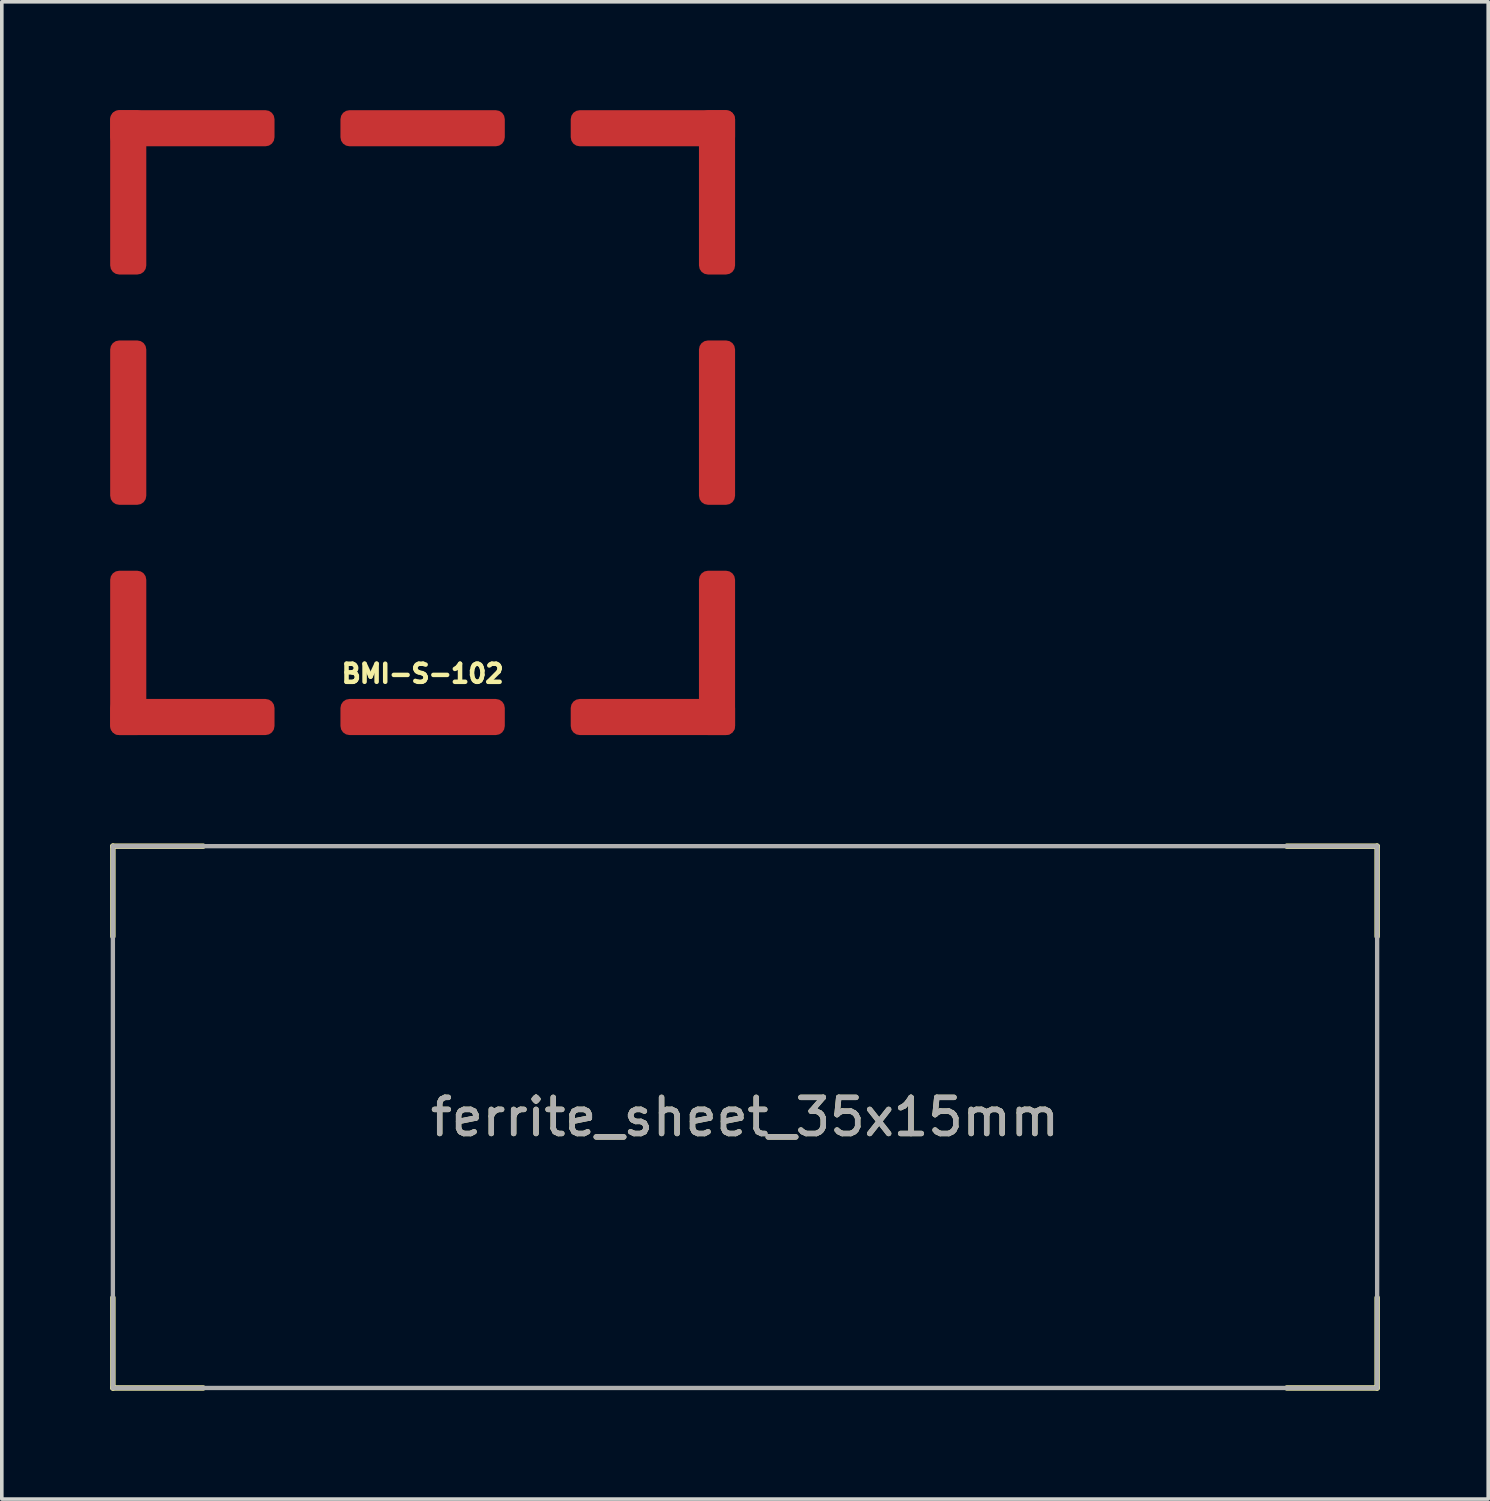
<source format=kicad_pcb>
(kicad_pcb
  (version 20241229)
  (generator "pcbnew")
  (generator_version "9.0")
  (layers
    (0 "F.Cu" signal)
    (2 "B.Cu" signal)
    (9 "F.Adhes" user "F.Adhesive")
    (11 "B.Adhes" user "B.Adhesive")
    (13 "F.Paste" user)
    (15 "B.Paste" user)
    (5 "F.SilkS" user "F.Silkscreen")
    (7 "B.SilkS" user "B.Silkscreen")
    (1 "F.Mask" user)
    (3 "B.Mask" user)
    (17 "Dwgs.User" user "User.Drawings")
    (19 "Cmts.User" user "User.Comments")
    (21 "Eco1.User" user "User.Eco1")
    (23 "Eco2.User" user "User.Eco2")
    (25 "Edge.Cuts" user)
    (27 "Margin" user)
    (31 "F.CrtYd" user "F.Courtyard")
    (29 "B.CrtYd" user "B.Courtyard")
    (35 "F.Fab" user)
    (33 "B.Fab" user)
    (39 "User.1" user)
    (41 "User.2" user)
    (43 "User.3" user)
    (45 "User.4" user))
  (footprint "ferrite_sheet_35x15mm"
    (layer "F.Cu")
    (at 17.575 27.875)
    (property "Reference" "ferrite_sheet_35x15mm" (at 0 0 0) (layer "F.SilkS") (effects (font (size 1 1) (thickness 0.15))))
    (attr through_hole)
    (fp_line (start -17.5 -7.5) (end -17.5 -5) (stroke (width 0.15) (type solid)) (layer "F.SilkS"))
    (fp_line (start -17.5 5) (end -17.5 7.5) (stroke (width 0.15) (type solid)) (layer "F.SilkS"))
    (fp_line (start -17.5 7.5) (end -15 7.5) (stroke (width 0.15) (type solid)) (layer "F.SilkS"))
    (fp_line (start -15 -7.5) (end -17.5 -7.5) (stroke (width 0.15) (type solid)) (layer "F.SilkS"))
    (fp_line (start 15 -7.5) (end 17.5 -7.5) (stroke (width 0.15) (type solid)) (layer "F.SilkS"))
    (fp_line (start 17.5 -7.5) (end 17.5 -5) (stroke (width 0.15) (type solid)) (layer "F.SilkS"))
    (fp_line (start 17.5 5) (end 17.5 7.5) (stroke (width 0.15) (type solid)) (layer "F.SilkS"))
    (fp_line (start 17.5 7.5) (end 15 7.5) (stroke (width 0.15) (type solid)) (layer "F.SilkS"))
    (fp_line (start -17.5 -7.5) (end 17.5 -7.5) (stroke (width 0.12) (type solid)) (layer "F.Fab"))
    (fp_line (start -17.5 7.5) (end -17.5 -7.5) (stroke (width 0.12) (type solid)) (layer "F.Fab"))
    (fp_line (start 17.5 -7.5) (end 17.5 7.5) (stroke (width 0.12) (type solid)) (layer "F.Fab"))
    (fp_line (start 17.5 7.5) (end -17.5 7.5) (stroke (width 0.12) (type solid)) (layer "F.Fab"))
    (fp_text user "${REFERENCE}" (at 0 0 0) (layer "F.Fab") (effects (font (size 1 1) (thickness 0.15)))))
  (footprint "BMI-S-102"
    (layer "F.Cu")
    (at 8.65 8.65)
    (property "Reference" "BMI-S-102" (at 0 6.95 0) (layer "F.SilkS") (effects (font (size 0.5 0.5) (thickness 0.125))))
    (attr exclude_from_pos_files exclude_from_bom)
    (pad "1" smd roundrect (at -8.15 -6.375 270) (size 4.55 1) (layers "F.Cu" "F.Mask") (roundrect_rratio 0.25))
    (pad "1" smd roundrect (at -8.15 0 270) (size 4.55 1) (layers "F.Cu" "F.Mask") (roundrect_rratio 0.25))
    (pad "1" smd roundrect (at -8.15 6.375 270) (size 4.55 1) (layers "F.Cu" "F.Mask") (roundrect_rratio 0.25))
    (pad "1" smd roundrect (at -6.375 -8.15 180) (size 4.55 1) (layers "F.Cu" "F.Mask") (roundrect_rratio 0.25))
    (pad "1" smd roundrect (at -6.375 8.15 180) (size 4.55 1) (layers "F.Cu" "F.Mask") (roundrect_rratio 0.25))
    (pad "1" smd roundrect (at 0 -8.15 180) (size 4.55 1) (layers "F.Cu" "F.Mask") (roundrect_rratio 0.25))
    (pad "1" smd roundrect (at 0 8.15 180) (size 4.55 1) (layers "F.Cu" "F.Mask") (roundrect_rratio 0.25))
    (pad "1" smd roundrect (at 6.375 -8.15 180) (size 4.55 1) (layers "F.Cu" "F.Mask") (roundrect_rratio 0.25))
    (pad "1" smd roundrect (at 6.375 8.15 180) (size 4.55 1) (layers "F.Cu" "F.Mask") (roundrect_rratio 0.25))
    (pad "1" smd roundrect (at 8.15 -6.375 270) (size 4.55 1) (layers "F.Cu" "F.Mask") (roundrect_rratio 0.25))
    (pad "1" smd roundrect (at 8.15 0 270) (size 4.55 1) (layers "F.Cu" "F.Mask") (roundrect_rratio 0.25))
    (pad "1" smd roundrect (at 8.15 6.375 270) (size 4.55 1) (layers "F.Cu" "F.Mask") (roundrect_rratio 0.25)))
  (gr_rect
    (start -3 -3)
    (end 38.15 38.45)
    (stroke (width 0.1) (type default))
    (fill no)
    (layer "Edge.Cuts")))
</source>
